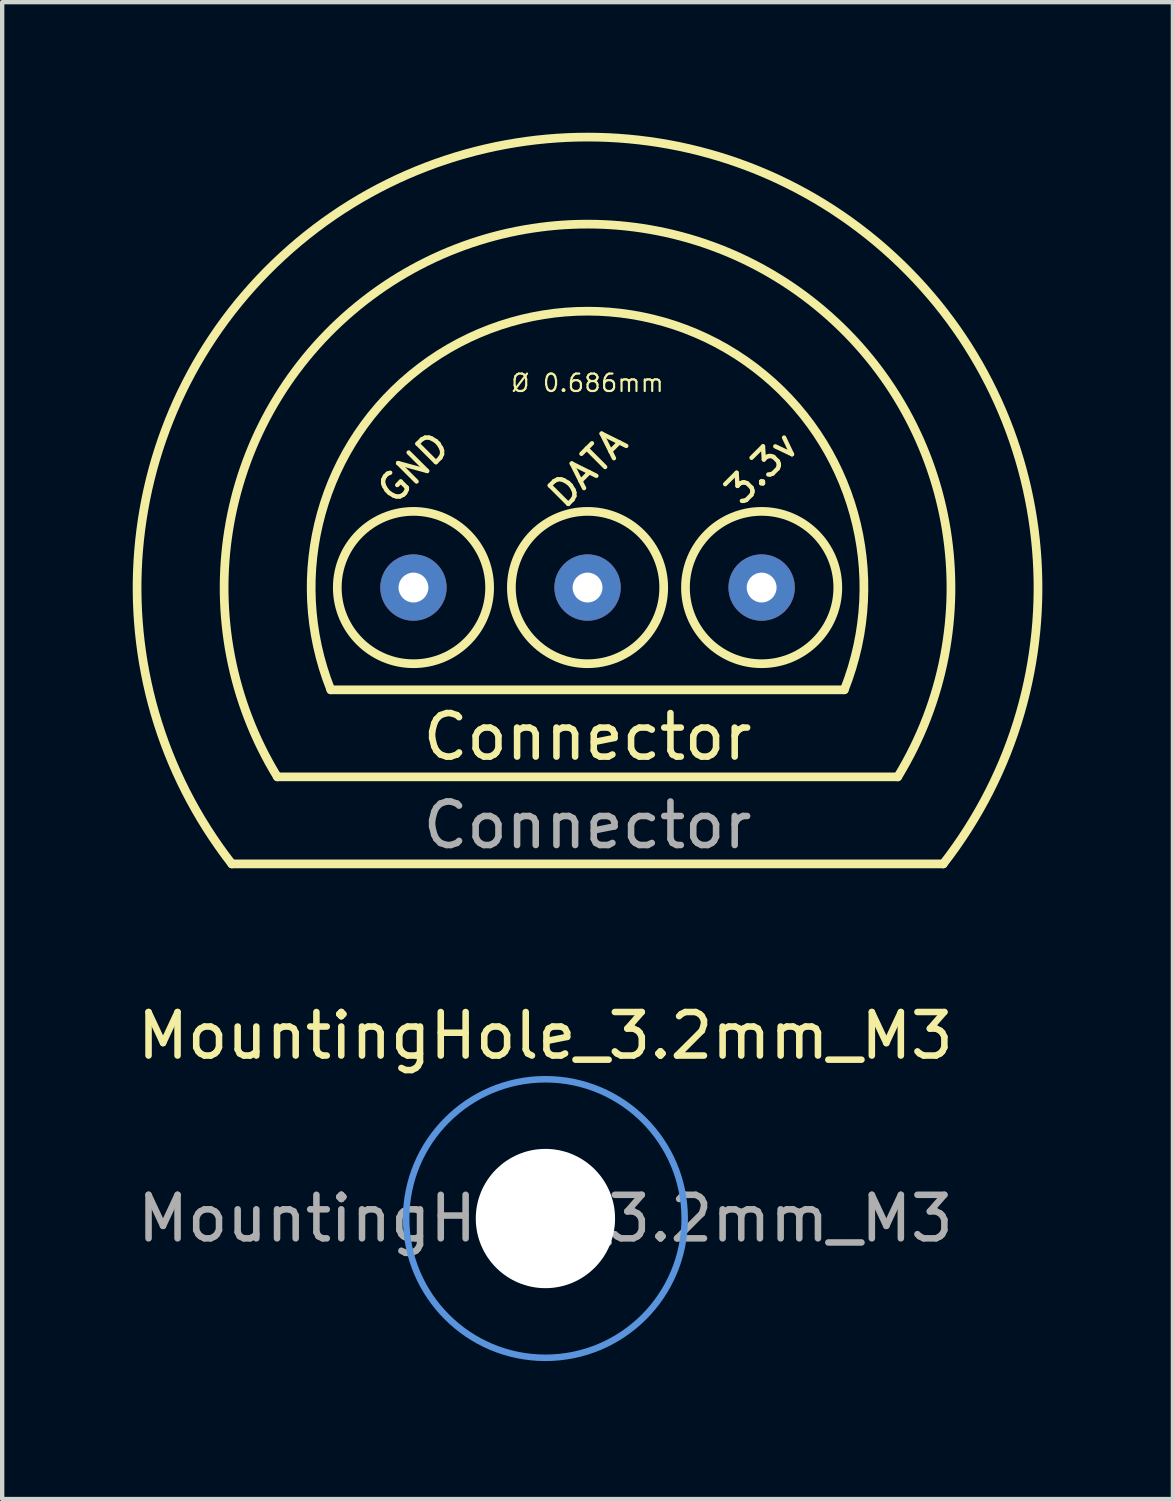
<source format=kicad_pcb>
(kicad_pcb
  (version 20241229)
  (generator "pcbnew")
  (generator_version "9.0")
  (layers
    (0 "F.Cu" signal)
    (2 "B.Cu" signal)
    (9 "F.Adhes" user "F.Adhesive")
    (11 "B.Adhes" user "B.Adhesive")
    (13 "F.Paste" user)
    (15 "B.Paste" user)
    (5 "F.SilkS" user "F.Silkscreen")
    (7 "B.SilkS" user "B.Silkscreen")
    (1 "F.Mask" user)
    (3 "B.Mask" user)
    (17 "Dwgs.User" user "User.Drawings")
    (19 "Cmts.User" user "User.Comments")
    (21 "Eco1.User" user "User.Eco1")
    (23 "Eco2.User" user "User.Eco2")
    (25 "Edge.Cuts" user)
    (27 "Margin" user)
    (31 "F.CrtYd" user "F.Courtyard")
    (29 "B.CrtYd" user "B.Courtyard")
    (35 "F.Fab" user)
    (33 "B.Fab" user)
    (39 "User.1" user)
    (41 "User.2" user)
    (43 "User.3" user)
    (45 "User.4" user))
  (footprint "MountingHole_3.2mm_M3"
    (layer "F.Cu")
    (at 9.482 24.948)
    (property "Reference" "MountingHole_3.2mm_M3" (at 0 -4.2 0) (layer "F.SilkS") (effects (font (size 1 1) (thickness 0.15))))
    (attr exclude_from_pos_files exclude_from_bom)
    (fp_circle (center 0 0) (end 3.2 0) (stroke (width 0.15) (type solid)) (fill no) (layer "Cmts.User"))
    (fp_text user "${REFERENCE}" (at 0 0 0) (layer "F.Fab") (effects (font (size 1 1) (thickness 0.15))))
    (pad "" np_thru_hole circle (at 0 0) (size 3.2 3.2) (drill 3.2) (layers "*.Cu" "*.Mask"))
    (zone (net_name "") (layers "F.Cu" "F.Mask" "B.Cu" "B.Mask") (hatch edge 0.5) (connect_pads) (min_thickness 0.25) (filled_areas_thickness no) (keepout (tracks allowed) (vias allowed) (pads allowed) (copperpour not_allowed) (footprints allowed)) (placement (enabled no)) (fill) (polygon (pts (xy 12.932 24.948) (xy 12.912 24.575) (xy 12.851 24.207) (xy 12.752 23.847) (xy 12.613 23.5) (xy 12.438 23.17) (xy 12.229 22.86) (xy 11.987 22.576) (xy 11.716 22.319) (xy 11.418 22.093) (xy 11.098 21.9) (xy 10.759 21.743) (xy 10.405 21.624) (xy 10.04 21.544) (xy 9.669 21.503) (xy 9.295 21.503) (xy 8.924 21.544) (xy 8.559 21.624) (xy 8.205 21.743) (xy 7.866 21.9) (xy 7.546 22.093) (xy 7.249 22.319) (xy 6.977 22.576) (xy 6.736 22.86) (xy 6.526 23.17) (xy 6.351 23.5) (xy 6.213 23.847) (xy 6.113 24.207) (xy 6.052 24.575) (xy 6.032 24.948) (xy 6.052 25.321) (xy 6.113 25.69) (xy 6.213 26.05) (xy 6.351 26.397) (xy 6.526 26.727) (xy 6.736 27.036) (xy 6.977 27.321) (xy 7.249 27.578) (xy 7.546 27.804) (xy 7.866 27.996) (xy 8.205 28.153) (xy 8.559 28.272) (xy 8.924 28.353) (xy 9.295 28.393) (xy 9.669 28.393) (xy 10.04 28.353) (xy 10.405 28.272) (xy 10.759 28.153) (xy 11.098 27.996) (xy 11.418 27.804) (xy 11.716 27.578) (xy 11.987 27.321) (xy 12.229 27.036) (xy 12.438 26.727) (xy 12.613 26.397) (xy 12.752 26.05) (xy 12.851 25.69) (xy 12.912 25.321)))))
  (footprint "Connector"
    (layer "F.Cu")
    (at 10.45 10.45)
    (property "Reference" "Connector" (at 0 3.429 0) (unlocked yes) (layer "F.SilkS") (effects (font (size 1 1) (thickness 0.15))))
    (attr through_hole)
    (fp_line (start -8.173 6.35) (end 8.173 6.35) (stroke (width 0.2) (type solid)) (layer "F.SilkS"))
    (fp_line (start -7.127 4.35) (end 7.127 4.35) (stroke (width 0.2) (type solid)) (layer "F.SilkS"))
    (fp_line (start -5.899 2.35) (end 5.899 2.35) (stroke (width 0.2) (type solid)) (layer "F.SilkS"))
    (fp_arc (start -8.173127 6.35) (mid 0 -10.35) (end 8.173127 6.35) (stroke (width 0.2) (type solid)) (layer "F.SilkS"))
    (fp_arc (start -7.127412 4.35) (mid 0 -8.35) (end 7.127412 4.35) (stroke (width 0.2) (type solid)) (layer "F.SilkS"))
    (fp_arc (start -5.899152 2.35) (mid 0 -6.35) (end 5.899152 2.35) (stroke (width 0.2) (type solid)) (layer "F.SilkS"))
    (fp_circle (center -4 0) (end -2.25 0) (stroke (width 0.2) (type solid)) (fill no) (layer "F.SilkS"))
    (fp_circle (center 0 0) (end 1.75 0) (stroke (width 0.2) (type solid)) (fill no) (layer "F.SilkS"))
    (fp_circle (center 4 0) (end 5.75 0) (stroke (width 0.2) (type solid)) (fill no) (layer "F.SilkS"))
    (fp_text user "GND" (at -4 -2.75 225) (layer "F.SilkS") (effects (font (size 0.6 0.6) (thickness 0.1) (bold yes))))
    (fp_text user "3.3v" (at 4 -2.75 225) (layer "F.SilkS") (effects (font (size 0.6 0.6) (thickness 0.1) (bold yes))))
    (fp_text user "Ø 0.686mm" (at 0 -4.699 0) (unlocked yes) (layer "F.SilkS") (effects (font (size 0.4 0.4) (thickness 0.05))))
    (fp_text user "DATA" (at 0 -2.75 225) (layer "F.SilkS") (effects (font (size 0.6 0.6) (thickness 0.1) (bold yes))))
    (fp_text user "${REFERENCE}" (at 0 5.461 0) (unlocked yes) (layer "F.Fab") (effects (font (size 1 1) (thickness 0.15))))
    (pad "1" thru_hole circle (at -4 0) (size 1.524 1.524) (drill 0.686) (layers "*.Cu" "*.Mask"))
    (pad "2" thru_hole circle (at 0 0) (size 1.524 1.524) (drill 0.686) (layers "*.Cu" "*.Mask"))
    (pad "3" thru_hole circle (at 4 0) (size 1.524 1.524) (drill 0.686) (layers "*.Cu" "*.Mask")))
  (gr_rect
    (start -3 -3)
    (end 23.9 31.393)
    (stroke (width 0.1) (type default))
    (fill no)
    (layer "Edge.Cuts")))
</source>
